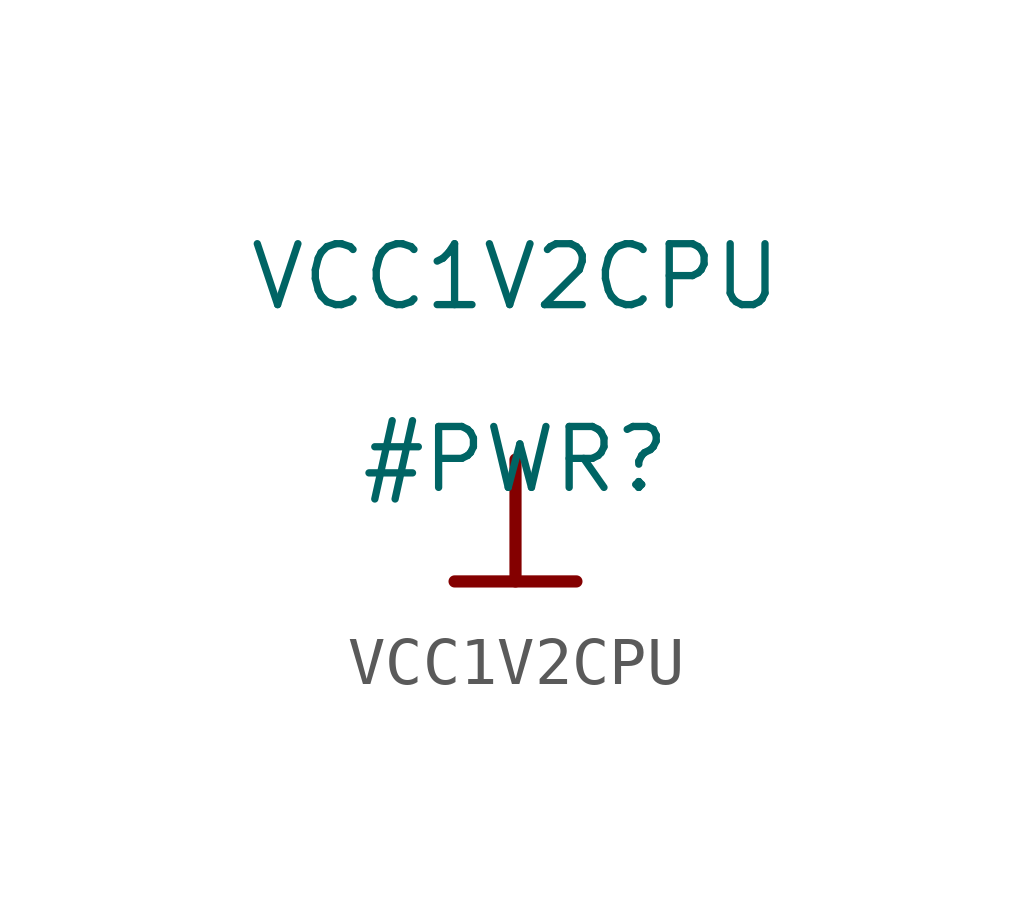
<source format=kicad_sym>
(kicad_symbol_lib
  (version 20211014)
  (generator kicad_symbol_editor)
  (symbol "VCC1V2CPU"
    (power)
    (property "Reference" "#PWR"
      (at 0 0 0)
      (effects (font (size 1.27 1.27))))
    (property "Value" "VCC1V2CPU"
      (at 0 3.81 0)
      (effects (font (size 1.27 1.27))))
    (symbol "VCC1V2CPU_0_0"
      (polyline (pts (xy -1.27 -2.54) (xy 1.27 -2.54)) (stroke (width 0.254) (type default) (color 0 0 0 0)) (fill (type none)))
      (polyline (pts (xy 0 0) (xy 0 -2.54)) (stroke (width 0.254) (type default) (color 0 0 0 0)) (fill (type none)))
      (pin power_in line (at 0 0 0) (length 0) hide (name "VCC1V2CPU" (effects (font (size 1.27 1.27)))) (number "" (effects (font (size 1.27 1.27))))))))
</source>
